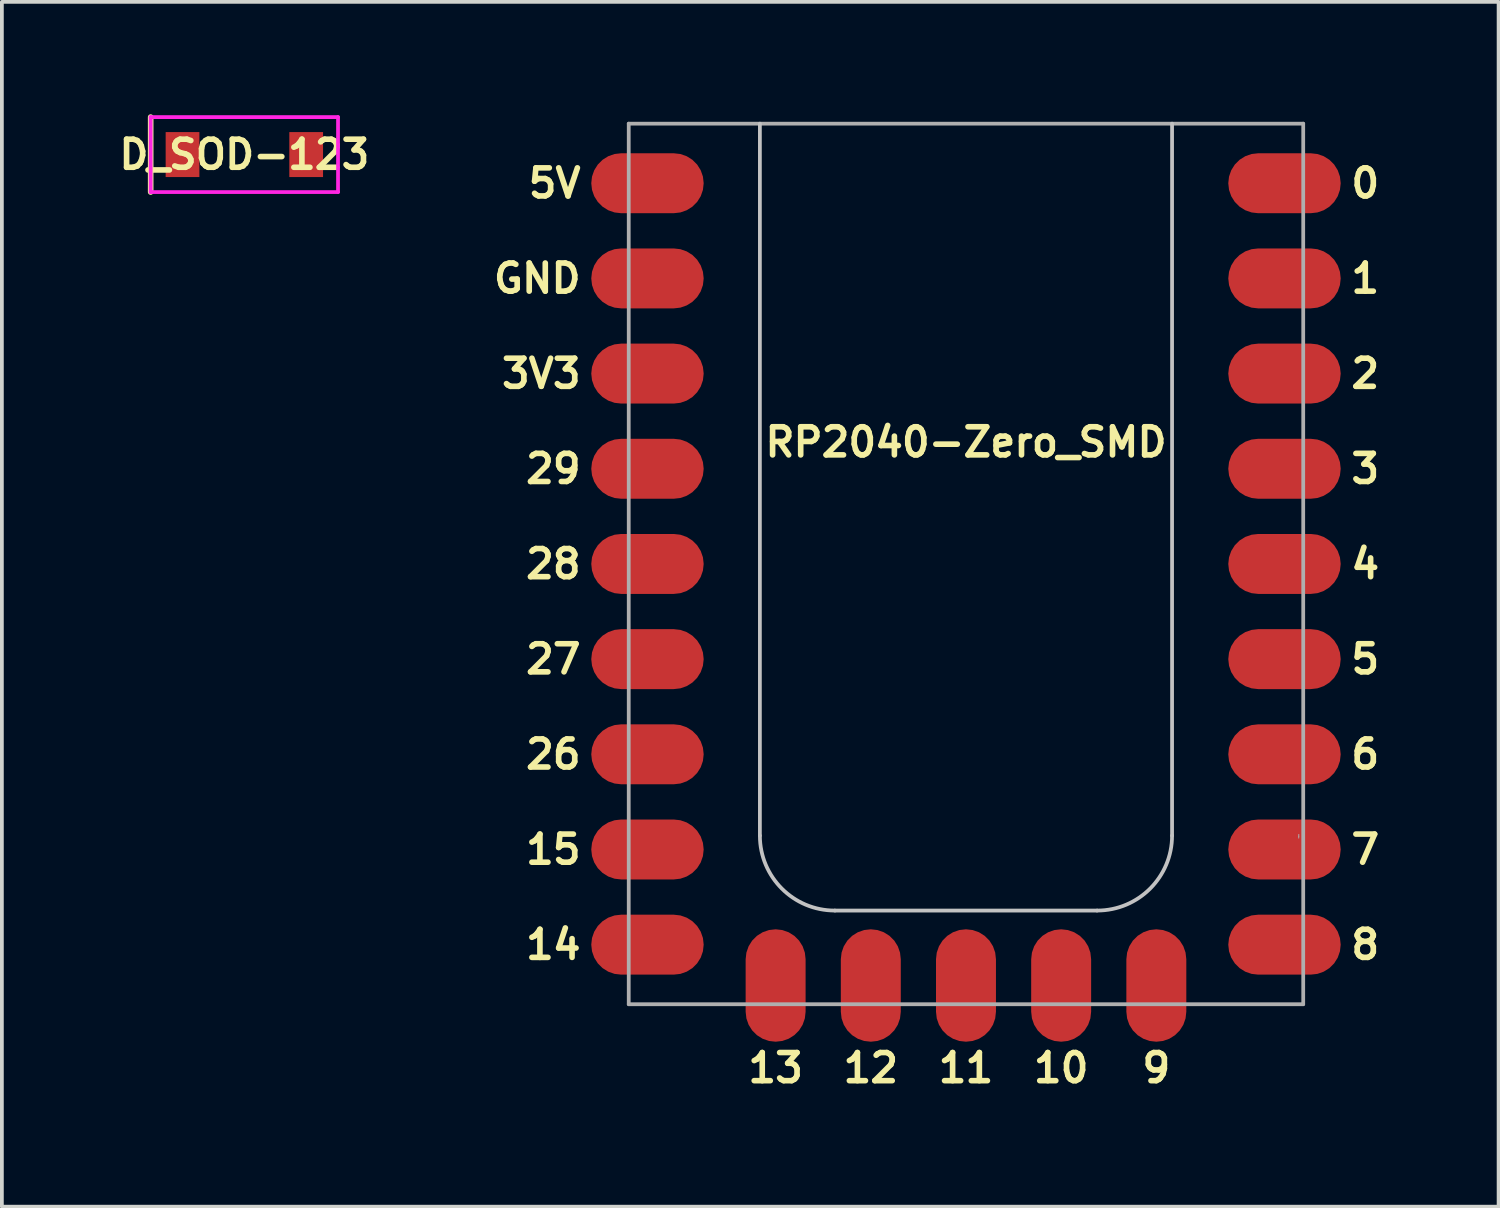
<source format=kicad_pcb>
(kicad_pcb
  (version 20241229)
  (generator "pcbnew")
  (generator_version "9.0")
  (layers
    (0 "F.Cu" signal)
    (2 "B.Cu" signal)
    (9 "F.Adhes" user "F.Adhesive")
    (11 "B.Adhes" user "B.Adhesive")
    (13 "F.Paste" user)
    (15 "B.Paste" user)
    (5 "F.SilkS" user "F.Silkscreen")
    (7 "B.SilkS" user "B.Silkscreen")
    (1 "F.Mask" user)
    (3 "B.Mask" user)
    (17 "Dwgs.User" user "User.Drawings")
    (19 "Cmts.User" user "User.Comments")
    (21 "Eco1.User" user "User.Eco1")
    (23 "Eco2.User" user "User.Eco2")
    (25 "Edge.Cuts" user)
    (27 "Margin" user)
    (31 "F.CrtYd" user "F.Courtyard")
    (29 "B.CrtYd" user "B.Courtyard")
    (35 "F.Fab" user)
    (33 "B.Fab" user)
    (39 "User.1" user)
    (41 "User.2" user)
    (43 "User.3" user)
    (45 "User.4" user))
  (footprint "RP2040-Zero_SMD"
    (layer "F.Cu")
    (at 22.729 0.25)
    (property "Reference" "RP2040-Zero_SMD" (at 0 8.5 0) (layer "F.SilkS") (effects (font (size 0.75 0.75) (thickness 0.15))))
    (attr smd)
    (fp_line (start -5.5 0) (end -5.5 19) (stroke (width 0.1) (type solid)) (layer "Dwgs.User"))
    (fp_line (start -3.5 21) (end 3.5 21) (stroke (width 0.1) (type solid)) (layer "Dwgs.User"))
    (fp_line (start 5.5 0) (end 5.5 19) (stroke (width 0.1) (type solid)) (layer "Dwgs.User"))
    (fp_arc (start -3.5 21) (mid -4.914214 20.414214) (end -5.5 19) (stroke (width 0.1) (type solid)) (layer "Dwgs.User"))
    (fp_arc (start 5.5 19) (mid 4.914214 20.414214) (end 3.5 21) (stroke (width 0.1) (type solid)) (layer "Dwgs.User"))
    (fp_line (start -9 0) (end -9 23.5) (stroke (width 0.1) (type solid)) (layer "F.Fab"))
    (fp_line (start -9 23.5) (end 9 23.5) (stroke (width 0.1) (type solid)) (layer "F.Fab"))
    (fp_line (start 8.88 19.066) (end 8.881 19.017) (stroke (width 0.025) (type solid)) (layer "F.Fab"))
    (fp_line (start 8.881 19.017) (end 8.882 18.968) (stroke (width 0.025) (type solid)) (layer "F.Fab"))
    (fp_line (start 9 0) (end -9 0) (stroke (width 0.1) (type solid)) (layer "F.Fab"))
    (fp_line (start 9 0) (end 9 23.5) (stroke (width 0.1) (type solid)) (layer "F.Fab"))
    (fp_text user "11" (at 0 25.2 0) (unlocked yes) (layer "F.SilkS") (effects (font (size 0.75 0.75) (thickness 0.15))))
    (fp_text user "8" (at 10.2 21.91 0) (unlocked yes) (layer "F.SilkS") (effects (font (size 0.75 0.75) (thickness 0.15)) (justify left)))
    (fp_text user "26" (at -10.2 16.83 0) (unlocked yes) (layer "F.SilkS") (effects (font (size 0.75 0.75) (thickness 0.15)) (justify right)))
    (fp_text user "2" (at 10.2 6.67 0) (unlocked yes) (layer "F.SilkS") (effects (font (size 0.75 0.75) (thickness 0.15)) (justify left)))
    (fp_text user "5" (at 10.2 14.29 0) (unlocked yes) (layer "F.SilkS") (effects (font (size 0.75 0.75) (thickness 0.15)) (justify left)))
    (fp_text user "4" (at 10.2 11.75 0) (unlocked yes) (layer "F.SilkS") (effects (font (size 0.75 0.75) (thickness 0.15)) (justify left)))
    (fp_text user "1" (at 10.2 4.13 0) (unlocked yes) (layer "F.SilkS") (effects (font (size 0.75 0.75) (thickness 0.15)) (justify left)))
    (fp_text user "6" (at 10.2 16.83 0) (unlocked yes) (layer "F.SilkS") (effects (font (size 0.75 0.75) (thickness 0.15)) (justify left)))
    (fp_text user "9" (at 5.08 25.2 0) (unlocked yes) (layer "F.SilkS") (effects (font (size 0.75 0.75) (thickness 0.15))))
    (fp_text user "3" (at 10.2 9.21 0) (unlocked yes) (layer "F.SilkS") (effects (font (size 0.75 0.75) (thickness 0.15)) (justify left)))
    (fp_text user "3V3" (at -10.2 6.67 0) (unlocked yes) (layer "F.SilkS") (effects (font (size 0.75 0.75) (thickness 0.15)) (justify right)))
    (fp_text user "12" (at -2.54 25.2 0) (unlocked yes) (layer "F.SilkS") (effects (font (size 0.75 0.75) (thickness 0.15))))
    (fp_text user "14" (at -10.2 21.91 0) (unlocked yes) (layer "F.SilkS") (effects (font (size 0.75 0.75) (thickness 0.15)) (justify right)))
    (fp_text user "7" (at 10.2 19.37 0) (unlocked yes) (layer "F.SilkS") (effects (font (size 0.75 0.75) (thickness 0.15)) (justify left)))
    (fp_text user "13" (at -5.08 25.2 0) (unlocked yes) (layer "F.SilkS") (effects (font (size 0.75 0.75) (thickness 0.15))))
    (fp_text user "5V" (at -10.2 1.59 0) (unlocked yes) (layer "F.SilkS") (effects (font (size 0.75 0.75) (thickness 0.15)) (justify right)))
    (fp_text user "10" (at 2.54 25.2 0) (unlocked yes) (layer "F.SilkS") (effects (font (size 0.75 0.75) (thickness 0.15))))
    (fp_text user "GND" (at -10.2 4.13 0) (unlocked yes) (layer "F.SilkS") (effects (font (size 0.75 0.75) (thickness 0.15)) (justify right)))
    (fp_text user "28" (at -10.2 11.75 0) (unlocked yes) (layer "F.SilkS") (effects (font (size 0.75 0.75) (thickness 0.15)) (justify right)))
    (fp_text user "29" (at -10.2 9.21 0) (unlocked yes) (layer "F.SilkS") (effects (font (size 0.75 0.75) (thickness 0.15)) (justify right)))
    (fp_text user "15" (at -10.2 19.37 0) (unlocked yes) (layer "F.SilkS") (effects (font (size 0.75 0.75) (thickness 0.15)) (justify right)))
    (fp_text user "27" (at -10.2 14.29 0) (unlocked yes) (layer "F.SilkS") (effects (font (size 0.75 0.75) (thickness 0.15)) (justify right)))
    (fp_text user "0" (at 10.2 1.59 0) (unlocked yes) (layer "F.SilkS") (effects (font (size 0.75 0.75) (thickness 0.15)) (justify left)))
    (pad "1" smd roundrect (at 8.5 1.59) (size 3 1.6) (layers "F.Cu" "F.Mask" "F.Paste") (roundrect_rratio 0.5))
    (pad "2" smd roundrect (at 8.5 4.13) (size 3 1.6) (layers "F.Cu" "F.Mask" "F.Paste") (roundrect_rratio 0.5))
    (pad "3" smd roundrect (at 8.5 6.67) (size 3 1.6) (layers "F.Cu" "F.Mask" "F.Paste") (roundrect_rratio 0.5))
    (pad "4" smd roundrect (at 8.5 9.21) (size 3 1.6) (layers "F.Cu" "F.Mask" "F.Paste") (roundrect_rratio 0.5))
    (pad "5" smd roundrect (at 8.5 11.75) (size 3 1.6) (layers "F.Cu" "F.Mask" "F.Paste") (roundrect_rratio 0.5))
    (pad "6" smd roundrect (at 8.5 14.29) (size 3 1.6) (layers "F.Cu" "F.Mask" "F.Paste") (roundrect_rratio 0.5))
    (pad "7" smd roundrect (at 8.5 16.83) (size 3 1.6) (layers "F.Cu" "F.Mask" "F.Paste") (roundrect_rratio 0.5))
    (pad "8" smd roundrect (at 8.5 19.37) (size 3 1.6) (layers "F.Cu" "F.Mask" "F.Paste") (roundrect_rratio 0.5))
    (pad "9" smd roundrect (at 8.5 21.91) (size 3 1.6) (layers "F.Cu" "F.Mask" "F.Paste") (roundrect_rratio 0.5))
    (pad "10" smd roundrect (at 5.08 23 90) (size 3 1.6) (layers "F.Cu" "F.Mask" "F.Paste") (roundrect_rratio 0.5))
    (pad "11" smd roundrect (at 2.54 23 90) (size 3 1.6) (layers "F.Cu" "F.Mask" "F.Paste") (roundrect_rratio 0.5))
    (pad "12" smd roundrect (at 0 23 90) (size 3 1.6) (layers "F.Cu" "F.Mask" "F.Paste") (roundrect_rratio 0.5))
    (pad "13" smd roundrect (at -2.54 23 90) (size 3 1.6) (layers "F.Cu" "F.Mask" "F.Paste") (roundrect_rratio 0.5))
    (pad "14" smd roundrect (at -5.08 23 90) (size 3 1.6) (layers "F.Cu" "F.Mask" "F.Paste") (roundrect_rratio 0.5))
    (pad "15" smd roundrect (at -8.5 21.91) (size 3 1.6) (layers "F.Cu" "F.Mask" "F.Paste") (roundrect_rratio 0.5))
    (pad "16" smd roundrect (at -8.5 19.37) (size 3 1.6) (layers "F.Cu" "F.Mask" "F.Paste") (roundrect_rratio 0.5))
    (pad "17" smd roundrect (at -8.5 16.83) (size 3 1.6) (layers "F.Cu" "F.Mask" "F.Paste") (roundrect_rratio 0.5))
    (pad "18" smd roundrect (at -8.5 14.29) (size 3 1.6) (layers "F.Cu" "F.Mask" "F.Paste") (roundrect_rratio 0.5))
    (pad "19" smd roundrect (at -8.5 11.75) (size 3 1.6) (layers "F.Cu" "F.Mask" "F.Paste") (roundrect_rratio 0.5))
    (pad "20" smd roundrect (at -8.5 9.21) (size 3 1.6) (layers "F.Cu" "F.Mask" "F.Paste") (roundrect_rratio 0.5))
    (pad "21" smd roundrect (at -8.5 6.67) (size 3 1.6) (layers "F.Cu" "F.Mask" "F.Paste") (roundrect_rratio 0.5))
    (pad "22" smd roundrect (at -8.5 4.13) (size 3 1.6) (layers "F.Cu" "F.Mask" "F.Paste") (roundrect_rratio 0.5))
    (pad "23" smd roundrect (at -8.5 1.59) (size 3 1.6) (layers "F.Cu" "F.Mask" "F.Paste") (roundrect_rratio 0.5)))
  (footprint "D_SOD-123"
    (layer "F.Cu")
    (at 3.471 1.075)
    (property "Reference" "D_SOD-123" (at 0 0 0) (layer "F.SilkS") (effects (font (size 0.75 0.75) (thickness 0.15))))
    (attr through_hole)
    (fp_line (start -2.5 -1) (end -2.5 1) (stroke (width 0.15) (type solid)) (layer "F.SilkS"))
    (fp_line (start -2.5 -1) (end -2.5 1) (stroke (width 0.1) (type solid)) (layer "F.CrtYd"))
    (fp_line (start -2.5 1) (end 2.5 1) (stroke (width 0.1) (type solid)) (layer "F.CrtYd"))
    (fp_line (start 2.5 -1) (end -2.5 -1) (stroke (width 0.1) (type solid)) (layer "F.CrtYd"))
    (fp_line (start 2.5 1) (end 2.5 -1) (stroke (width 0.1) (type solid)) (layer "F.CrtYd"))
    (pad "1" smd rect (at -1.65 0) (size 0.9 1.2) (layers "F.Cu" "F.Mask" "F.Paste"))
    (pad "2" smd rect (at 1.65 0) (size 0.9 1.2) (layers "F.Cu" "F.Mask" "F.Paste")))
  (gr_rect
    (start -3 -3)
    (end 36.943 29.152)
    (stroke (width 0.1) (type default))
    (fill no)
    (layer "Edge.Cuts")))
</source>
